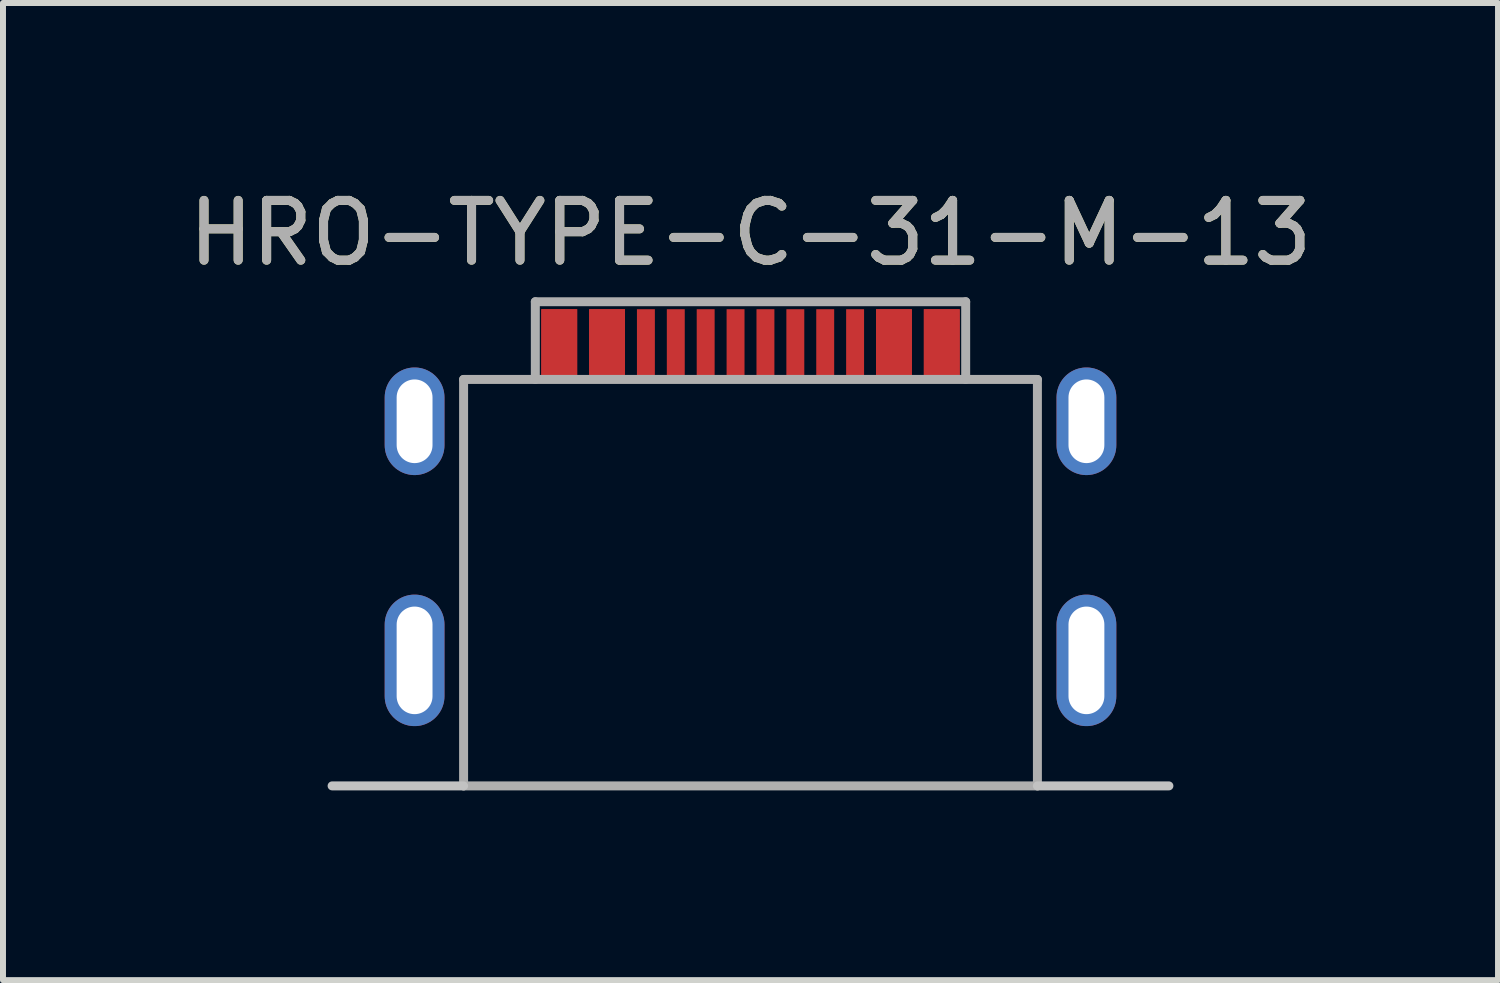
<source format=kicad_pcb>
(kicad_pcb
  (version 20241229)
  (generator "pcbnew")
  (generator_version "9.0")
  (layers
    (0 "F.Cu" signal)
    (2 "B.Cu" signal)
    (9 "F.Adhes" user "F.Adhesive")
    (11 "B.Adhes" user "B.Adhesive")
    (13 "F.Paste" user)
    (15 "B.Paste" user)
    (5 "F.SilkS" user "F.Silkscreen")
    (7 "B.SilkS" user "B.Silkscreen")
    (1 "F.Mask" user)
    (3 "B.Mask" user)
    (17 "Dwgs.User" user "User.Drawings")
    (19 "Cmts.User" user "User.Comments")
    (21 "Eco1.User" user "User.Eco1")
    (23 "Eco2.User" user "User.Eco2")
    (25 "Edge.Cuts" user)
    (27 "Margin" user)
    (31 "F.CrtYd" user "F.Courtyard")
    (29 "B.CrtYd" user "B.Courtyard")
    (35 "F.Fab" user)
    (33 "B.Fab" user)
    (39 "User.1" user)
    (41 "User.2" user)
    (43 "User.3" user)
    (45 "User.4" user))
  (footprint "HRO-TYPE-C-31-M-13"
    (layer "F.Cu")
    (at 9.506 10.098)
    (property "Reference" "HRO-TYPE-C-31-M-13" (at 0 -9.25 0) (layer "F.SilkS") (effects (font (size 1 1) (thickness 0.15))))
    (attr smd)
    (fp_line (start -4.8 0) (end -7 0) (stroke (width 0.15) (type solid)) (layer "Dwgs.User"))
    (fp_line (start 7 0) (end 4.8 0) (stroke (width 0.15) (type solid)) (layer "Dwgs.User"))
    (fp_line (start -4.8 -6.8) (end -4.8 0) (stroke (width 0.15) (type solid)) (layer "F.Fab"))
    (fp_line (start -3.6 -8.1) (end 3.6 -8.1) (stroke (width 0.15) (type solid)) (layer "F.Fab"))
    (fp_line (start -3.6 -6.8) (end -3.6 -8.1) (stroke (width 0.15) (type solid)) (layer "F.Fab"))
    (fp_line (start 3.6 -8.1) (end 3.6 -6.8) (stroke (width 0.15) (type solid)) (layer "F.Fab"))
    (fp_line (start 4.8 -6.8) (end -4.8 -6.8) (stroke (width 0.15) (type solid)) (layer "F.Fab"))
    (fp_line (start 4.8 -6.8) (end 4.8 0) (stroke (width 0.15) (type solid)) (layer "F.Fab"))
    (fp_line (start 4.8 0) (end -4.8 0) (stroke (width 0.15) (type solid)) (layer "F.Fab"))
    (fp_text user "${REFERENCE}" (at 0 -9.25 0) (layer "F.Fab") (effects (font (size 1 1) (thickness 0.15))))
    (pad "A1" smd rect (at -3.2 -7.4) (size 0.6 1.15) (layers "F.Cu" "F.Mask" "F.Paste"))
    (pad "A4" smd rect (at -2.4 -7.4) (size 0.6 1.15) (layers "F.Cu" "F.Mask" "F.Paste"))
    (pad "A5" smd rect (at -1.25 -7.4) (size 0.3 1.15) (layers "F.Cu" "F.Mask" "F.Paste"))
    (pad "A6" smd rect (at -0.25 -7.4) (size 0.3 1.15) (layers "F.Cu" "F.Paste"))
    (pad "A7" smd rect (at 0.25 -7.4) (size 0.3 1.15) (layers "F.Cu" "F.Mask" "F.Paste"))
    (pad "A8" smd rect (at 1.25 -7.4) (size 0.3 1.15) (layers "F.Cu" "F.Mask" "F.Paste"))
    (pad "A9" smd rect (at 2.4 -7.4) (size 0.6 1.15) (layers "F.Cu" "F.Mask" "F.Paste"))
    (pad "A12" smd rect (at 3.2 -7.4) (size 0.6 1.15) (layers "F.Cu" "F.Mask" "F.Paste"))
    (pad "B1" smd rect (at 3.2 -7.4) (size 0.6 1.15) (layers "F.Cu" "F.Mask" "F.Paste"))
    (pad "B4" smd rect (at 2.4 -7.4) (size 0.6 1.15) (layers "F.Cu" "F.Mask" "F.Paste"))
    (pad "B5" smd rect (at 1.75 -7.4) (size 0.3 1.15) (layers "F.Cu" "F.Mask" "F.Paste"))
    (pad "B6" smd rect (at 0.75 -7.4) (size 0.3 1.15) (layers "F.Cu" "F.Mask" "F.Paste"))
    (pad "B7" smd rect (at -0.75 -7.4) (size 0.3 1.15) (layers "F.Cu" "F.Mask" "F.Paste"))
    (pad "B8" smd rect (at -1.75 -7.4) (size 0.3 1.15) (layers "F.Cu" "F.Mask" "F.Paste"))
    (pad "B9" smd rect (at -2.4 -7.4) (size 0.6 1.15) (layers "F.Cu" "F.Mask" "F.Paste"))
    (pad "B12" smd rect (at -3.2 -7.4) (size 0.6 1.15) (layers "F.Cu" "F.Mask" "F.Paste"))
    (pad "S1" thru_hole oval (at -5.62 -6.1) (size 1 1.8) (drill oval 0.6 1.4) (layers "*.Cu" "*.Mask"))
    (pad "S1" thru_hole oval (at -5.62 -2.1) (size 1 2.2) (drill oval 0.6 1.8) (layers "*.Cu" "*.Mask"))
    (pad "S1" thru_hole oval (at 5.62 -6.1) (size 1 1.8) (drill oval 0.6 1.4) (layers "*.Cu" "*.Mask"))
    (pad "S1" thru_hole oval (at 5.62 -2.1) (size 1 2.2) (drill oval 0.6 1.8) (layers "*.Cu" "*.Mask")))
  (gr_rect
    (start -3 -3)
    (end 22.012 13.348)
    (stroke (width 0.1) (type default))
    (fill no)
    (layer "Edge.Cuts")))
</source>
